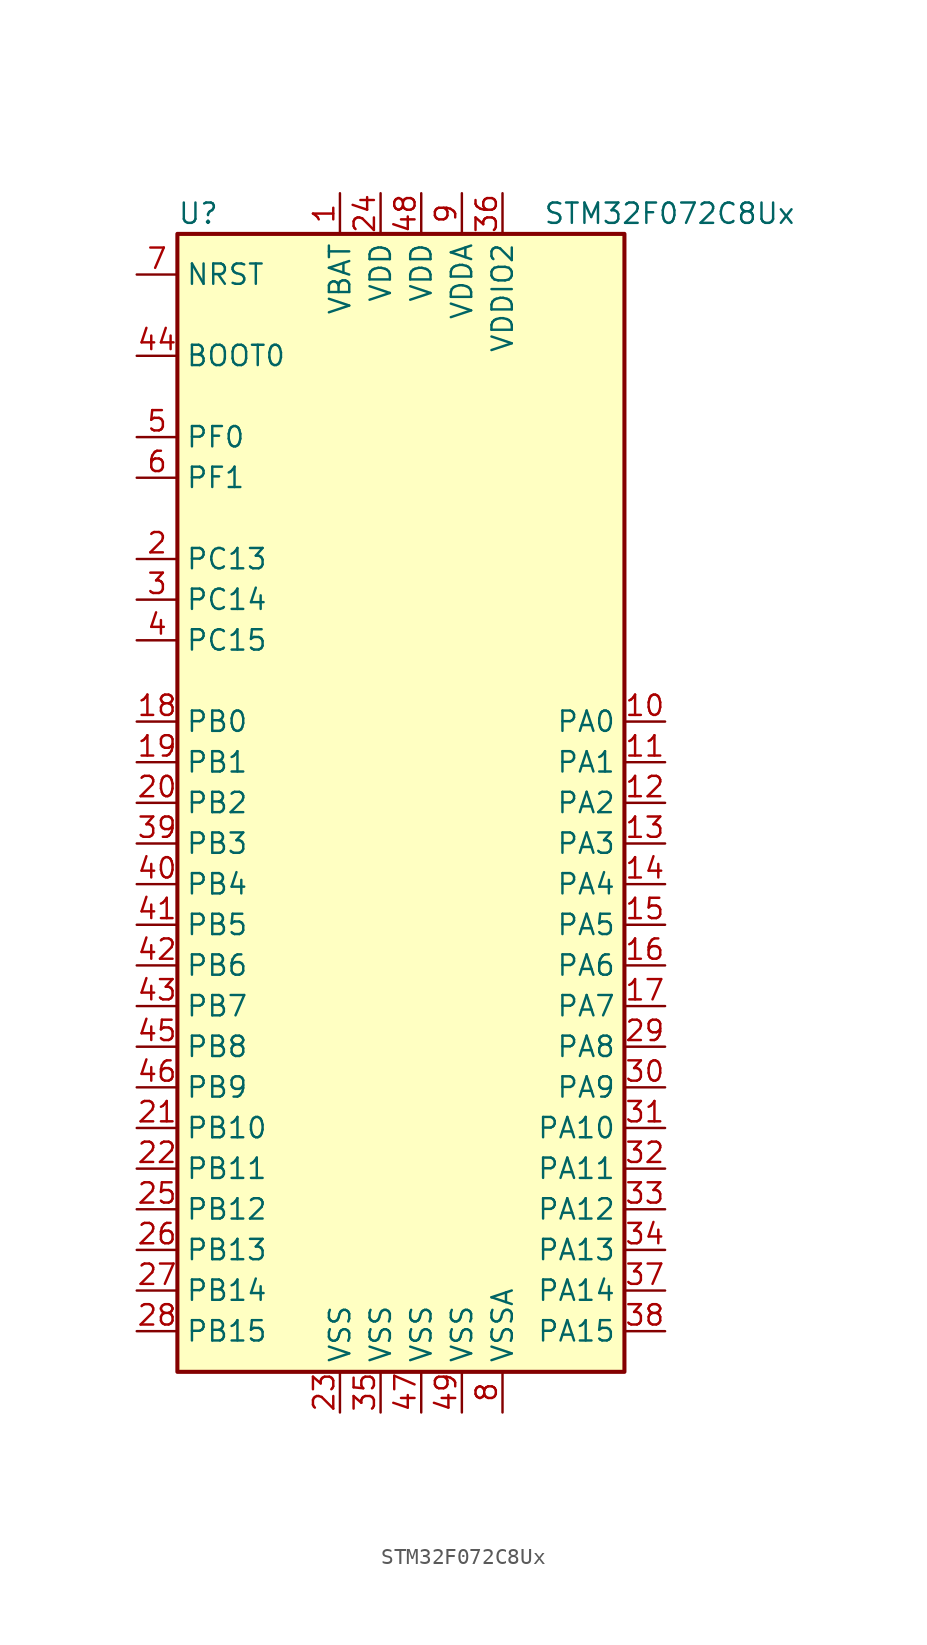
<source format=kicad_sym>
(kicad_symbol_lib
  (version 20201005)
  (generator kicad_symbol_editor)
  (symbol "STM32F072C8Ux"
    (property "Reference" "U"
      (at -15.24 36.83 0)
      (effects (font (size 1.27 1.27)) (justify left)))
    (property "Value" "STM32F072C8Ux"
      (at 7.62 36.83 0)
      (effects (font (size 1.27 1.27)) (justify left)))
    (symbol "STM32F072C8Ux_0_1"
      (rectangle (start -15.24 -35.56) (end 12.7 35.56) (stroke (width 0.254)) (fill (type background))))
    (symbol "STM32F072C8Ux_1_1"
      (pin input line (at -17.78 27.94 0) (length 2.54) (name "BOOT0" (effects (font (size 1.27 1.27)))) (number "44" (effects (font (size 1.27 1.27)))))
      (pin input line (at -17.78 33.02 0) (length 2.54) (name "NRST" (effects (font (size 1.27 1.27)))) (number "7" (effects (font (size 1.27 1.27)))))
      (pin bidirectional line (at 15.24 5.08 180) (length 2.54) (name "PA0" (effects (font (size 1.27 1.27)))) (number "10" (effects (font (size 1.27 1.27)))))
      (pin bidirectional line (at 15.24 2.54 180) (length 2.54) (name "PA1" (effects (font (size 1.27 1.27)))) (number "11" (effects (font (size 1.27 1.27)))))
      (pin bidirectional line (at 15.24 -20.32 180) (length 2.54) (name "PA10" (effects (font (size 1.27 1.27)))) (number "31" (effects (font (size 1.27 1.27)))))
      (pin bidirectional line (at 15.24 -22.86 180) (length 2.54) (name "PA11" (effects (font (size 1.27 1.27)))) (number "32" (effects (font (size 1.27 1.27)))))
      (pin bidirectional line (at 15.24 -25.4 180) (length 2.54) (name "PA12" (effects (font (size 1.27 1.27)))) (number "33" (effects (font (size 1.27 1.27)))))
      (pin bidirectional line (at 15.24 -27.94 180) (length 2.54) (name "PA13" (effects (font (size 1.27 1.27)))) (number "34" (effects (font (size 1.27 1.27)))))
      (pin bidirectional line (at 15.24 -30.48 180) (length 2.54) (name "PA14" (effects (font (size 1.27 1.27)))) (number "37" (effects (font (size 1.27 1.27)))))
      (pin bidirectional line (at 15.24 -33.02 180) (length 2.54) (name "PA15" (effects (font (size 1.27 1.27)))) (number "38" (effects (font (size 1.27 1.27)))))
      (pin bidirectional line (at 15.24 0 180) (length 2.54) (name "PA2" (effects (font (size 1.27 1.27)))) (number "12" (effects (font (size 1.27 1.27)))))
      (pin bidirectional line (at 15.24 -2.54 180) (length 2.54) (name "PA3" (effects (font (size 1.27 1.27)))) (number "13" (effects (font (size 1.27 1.27)))))
      (pin bidirectional line (at 15.24 -5.08 180) (length 2.54) (name "PA4" (effects (font (size 1.27 1.27)))) (number "14" (effects (font (size 1.27 1.27)))))
      (pin bidirectional line (at 15.24 -7.62 180) (length 2.54) (name "PA5" (effects (font (size 1.27 1.27)))) (number "15" (effects (font (size 1.27 1.27)))))
      (pin bidirectional line (at 15.24 -10.16 180) (length 2.54) (name "PA6" (effects (font (size 1.27 1.27)))) (number "16" (effects (font (size 1.27 1.27)))))
      (pin bidirectional line (at 15.24 -12.7 180) (length 2.54) (name "PA7" (effects (font (size 1.27 1.27)))) (number "17" (effects (font (size 1.27 1.27)))))
      (pin bidirectional line (at 15.24 -15.24 180) (length 2.54) (name "PA8" (effects (font (size 1.27 1.27)))) (number "29" (effects (font (size 1.27 1.27)))))
      (pin bidirectional line (at 15.24 -17.78 180) (length 2.54) (name "PA9" (effects (font (size 1.27 1.27)))) (number "30" (effects (font (size 1.27 1.27)))))
      (pin bidirectional line (at -17.78 5.08 0) (length 2.54) (name "PB0" (effects (font (size 1.27 1.27)))) (number "18" (effects (font (size 1.27 1.27)))))
      (pin bidirectional line (at -17.78 2.54 0) (length 2.54) (name "PB1" (effects (font (size 1.27 1.27)))) (number "19" (effects (font (size 1.27 1.27)))))
      (pin bidirectional line (at -17.78 -20.32 0) (length 2.54) (name "PB10" (effects (font (size 1.27 1.27)))) (number "21" (effects (font (size 1.27 1.27)))))
      (pin bidirectional line (at -17.78 -22.86 0) (length 2.54) (name "PB11" (effects (font (size 1.27 1.27)))) (number "22" (effects (font (size 1.27 1.27)))))
      (pin bidirectional line (at -17.78 -25.4 0) (length 2.54) (name "PB12" (effects (font (size 1.27 1.27)))) (number "25" (effects (font (size 1.27 1.27)))))
      (pin bidirectional line (at -17.78 -27.94 0) (length 2.54) (name "PB13" (effects (font (size 1.27 1.27)))) (number "26" (effects (font (size 1.27 1.27)))))
      (pin bidirectional line (at -17.78 -30.48 0) (length 2.54) (name "PB14" (effects (font (size 1.27 1.27)))) (number "27" (effects (font (size 1.27 1.27)))))
      (pin bidirectional line (at -17.78 -33.02 0) (length 2.54) (name "PB15" (effects (font (size 1.27 1.27)))) (number "28" (effects (font (size 1.27 1.27)))))
      (pin bidirectional line (at -17.78 0 0) (length 2.54) (name "PB2" (effects (font (size 1.27 1.27)))) (number "20" (effects (font (size 1.27 1.27)))))
      (pin bidirectional line (at -17.78 -2.54 0) (length 2.54) (name "PB3" (effects (font (size 1.27 1.27)))) (number "39" (effects (font (size 1.27 1.27)))))
      (pin bidirectional line (at -17.78 -5.08 0) (length 2.54) (name "PB4" (effects (font (size 1.27 1.27)))) (number "40" (effects (font (size 1.27 1.27)))))
      (pin bidirectional line (at -17.78 -7.62 0) (length 2.54) (name "PB5" (effects (font (size 1.27 1.27)))) (number "41" (effects (font (size 1.27 1.27)))))
      (pin bidirectional line (at -17.78 -10.16 0) (length 2.54) (name "PB6" (effects (font (size 1.27 1.27)))) (number "42" (effects (font (size 1.27 1.27)))))
      (pin bidirectional line (at -17.78 -12.7 0) (length 2.54) (name "PB7" (effects (font (size 1.27 1.27)))) (number "43" (effects (font (size 1.27 1.27)))))
      (pin bidirectional line (at -17.78 -15.24 0) (length 2.54) (name "PB8" (effects (font (size 1.27 1.27)))) (number "45" (effects (font (size 1.27 1.27)))))
      (pin bidirectional line (at -17.78 -17.78 0) (length 2.54) (name "PB9" (effects (font (size 1.27 1.27)))) (number "46" (effects (font (size 1.27 1.27)))))
      (pin bidirectional line (at -17.78 15.24 0) (length 2.54) (name "PC13" (effects (font (size 1.27 1.27)))) (number "2" (effects (font (size 1.27 1.27)))))
      (pin bidirectional line (at -17.78 12.7 0) (length 2.54) (name "PC14" (effects (font (size 1.27 1.27)))) (number "3" (effects (font (size 1.27 1.27)))))
      (pin bidirectional line (at -17.78 10.16 0) (length 2.54) (name "PC15" (effects (font (size 1.27 1.27)))) (number "4" (effects (font (size 1.27 1.27)))))
      (pin input line (at -17.78 22.86 0) (length 2.54) (name "PF0" (effects (font (size 1.27 1.27)))) (number "5" (effects (font (size 1.27 1.27)))))
      (pin input line (at -17.78 20.32 0) (length 2.54) (name "PF1" (effects (font (size 1.27 1.27)))) (number "6" (effects (font (size 1.27 1.27)))))
      (pin power_in line (at -5.08 38.1 270) (length 2.54) (name "VBAT" (effects (font (size 1.27 1.27)))) (number "1" (effects (font (size 1.27 1.27)))))
      (pin power_in line (at -2.54 38.1 270) (length 2.54) (name "VDD" (effects (font (size 1.27 1.27)))) (number "24" (effects (font (size 1.27 1.27)))))
      (pin power_in line (at 0 38.1 270) (length 2.54) (name "VDD" (effects (font (size 1.27 1.27)))) (number "48" (effects (font (size 1.27 1.27)))))
      (pin power_in line (at 2.54 38.1 270) (length 2.54) (name "VDDA" (effects (font (size 1.27 1.27)))) (number "9" (effects (font (size 1.27 1.27)))))
      (pin power_in line (at 5.08 38.1 270) (length 2.54) (name "VDDIO2" (effects (font (size 1.27 1.27)))) (number "36" (effects (font (size 1.27 1.27)))))
      (pin power_in line (at -5.08 -38.1 90) (length 2.54) (name "VSS" (effects (font (size 1.27 1.27)))) (number "23" (effects (font (size 1.27 1.27)))))
      (pin power_in line (at -2.54 -38.1 90) (length 2.54) (name "VSS" (effects (font (size 1.27 1.27)))) (number "35" (effects (font (size 1.27 1.27)))))
      (pin power_in line (at 0 -38.1 90) (length 2.54) (name "VSS" (effects (font (size 1.27 1.27)))) (number "47" (effects (font (size 1.27 1.27)))))
      (pin power_in line (at 2.54 -38.1 90) (length 2.54) (name "VSS" (effects (font (size 1.27 1.27)))) (number "49" (effects (font (size 1.27 1.27)))))
      (pin power_in line (at 5.08 -38.1 90) (length 2.54) (name "VSSA" (effects (font (size 1.27 1.27)))) (number "8" (effects (font (size 1.27 1.27))))))))
</source>
